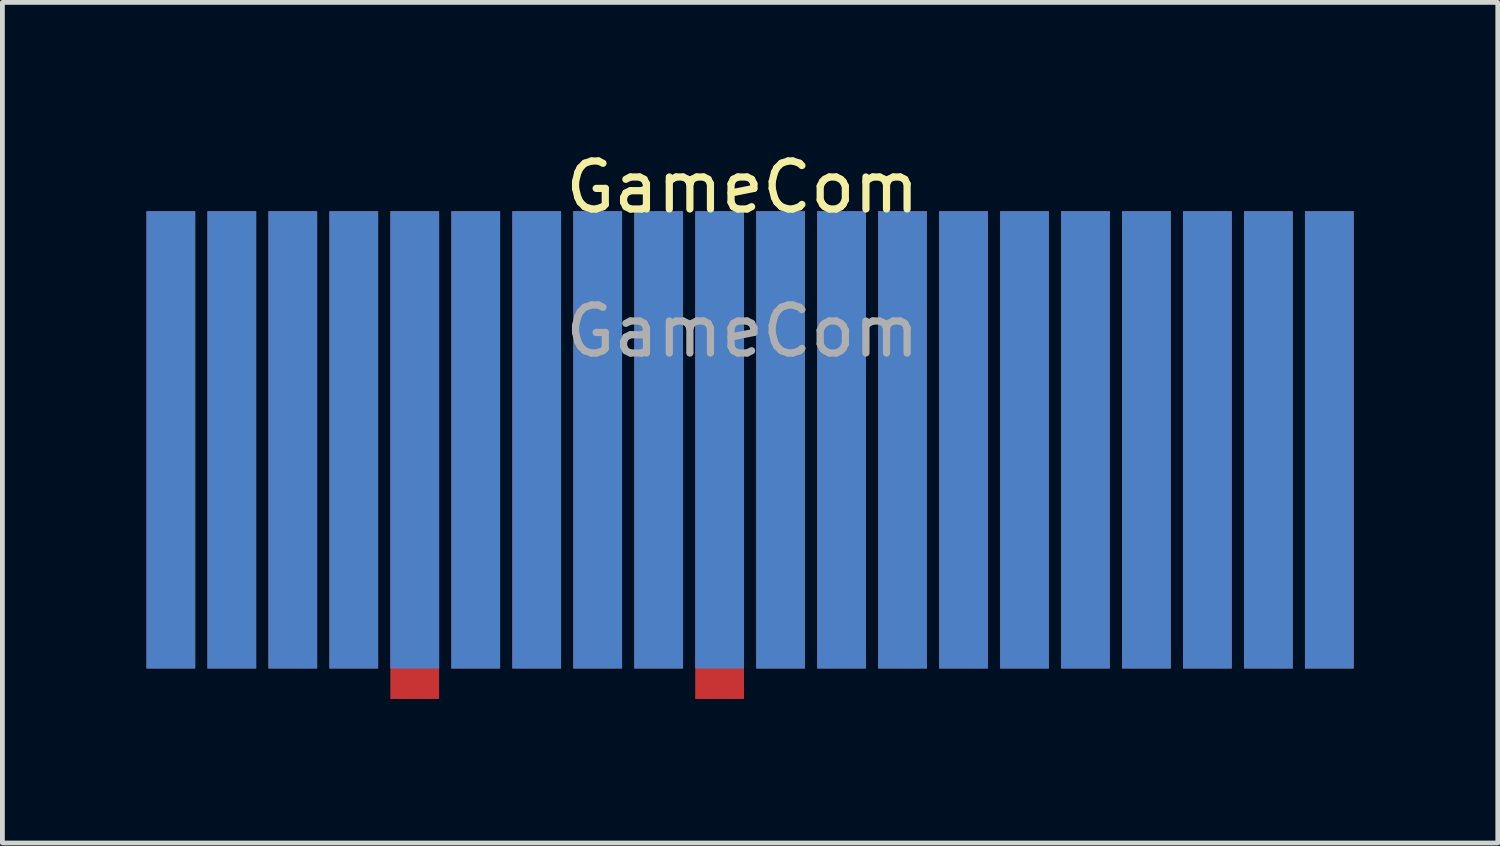
<source format=kicad_pcb>
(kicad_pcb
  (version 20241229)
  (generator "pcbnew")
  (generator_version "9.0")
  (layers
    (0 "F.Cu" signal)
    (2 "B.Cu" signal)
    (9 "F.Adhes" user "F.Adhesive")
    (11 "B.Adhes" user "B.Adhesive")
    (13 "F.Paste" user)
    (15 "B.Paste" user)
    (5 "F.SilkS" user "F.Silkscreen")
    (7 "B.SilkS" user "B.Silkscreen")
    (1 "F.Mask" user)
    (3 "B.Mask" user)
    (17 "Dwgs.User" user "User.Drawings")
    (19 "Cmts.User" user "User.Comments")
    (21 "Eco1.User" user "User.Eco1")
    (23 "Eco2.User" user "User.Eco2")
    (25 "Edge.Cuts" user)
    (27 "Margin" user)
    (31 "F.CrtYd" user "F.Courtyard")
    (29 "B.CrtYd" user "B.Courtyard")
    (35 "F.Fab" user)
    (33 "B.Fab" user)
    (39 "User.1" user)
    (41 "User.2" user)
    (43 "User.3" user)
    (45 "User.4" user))
  (footprint "GameCom"
    (layer "F.Cu")
    (at 12.573 1.348)
    (property "Reference" "GameCom" (at -0.159 -0.5 0) (unlocked yes) (layer "F.SilkS") (effects (font (size 1 1) (thickness 0.15))))
    (attr through_hole)
    (fp_text user "${REFERENCE}" (at -0.159 2.5 0) (unlocked yes) (layer "F.Fab") (effects (font (size 1 1) (thickness 0.15))))
    (pad "0" connect rect (at -12.065 4.763) (size 1.016 9.525) (layers "F.Cu" "F.Mask"))
    (pad "1" connect rect (at -10.795 4.763) (size 1.016 9.525) (layers "F.Cu" "F.Mask"))
    (pad "2" connect rect (at -9.525 4.763) (size 1.016 9.525) (layers "F.Cu" "F.Mask"))
    (pad "3" connect rect (at -8.255 4.763) (size 1.016 9.525) (layers "F.Cu" "F.Mask"))
    (pad "4" connect rect (at -6.985 5.08) (size 1.016 10.16) (layers "F.Cu" "F.Mask"))
    (pad "5" connect rect (at -5.715 4.763) (size 1.016 9.525) (layers "F.Cu" "F.Mask"))
    (pad "6" connect rect (at -4.445 4.763) (size 1.016 9.525) (layers "F.Cu" "F.Mask"))
    (pad "7" connect rect (at -3.175 4.763) (size 1.016 9.525) (layers "F.Cu" "F.Mask"))
    (pad "8" connect rect (at -1.905 4.763) (size 1.016 9.525) (layers "F.Cu" "F.Mask"))
    (pad "9" connect rect (at -0.635 5.08) (size 1.016 10.16) (layers "F.Cu" "F.Mask"))
    (pad "10" connect rect (at 0.635 4.763) (size 1.016 9.525) (layers "F.Cu" "F.Mask"))
    (pad "11" connect rect (at 1.905 4.763) (size 1.016 9.525) (layers "F.Cu" "F.Mask"))
    (pad "12" connect rect (at 3.175 4.763) (size 1.016 9.525) (layers "F.Cu" "F.Mask"))
    (pad "13" connect rect (at 4.445 4.763) (size 1.016 9.525) (layers "F.Cu" "F.Mask"))
    (pad "14" connect rect (at 5.715 4.763) (size 1.016 9.525) (layers "F.Cu" "F.Mask"))
    (pad "15" connect rect (at 6.985 4.763) (size 1.016 9.525) (layers "F.Cu" "F.Mask"))
    (pad "16" connect rect (at 8.255 4.763) (size 1.016 9.525) (layers "F.Cu" "F.Mask"))
    (pad "17" connect rect (at 9.525 4.763) (size 1.016 9.525) (layers "F.Cu" "F.Mask"))
    (pad "18" connect rect (at 10.795 4.763) (size 1.016 9.525) (layers "F.Cu" "F.Mask"))
    (pad "19" connect rect (at 12.065 4.763) (size 1.016 9.525) (layers "F.Cu" "F.Mask"))
    (pad "20" connect rect (at 12.065 4.763) (size 1.016 9.525) (layers "B.Cu" "B.Mask"))
    (pad "21" connect rect (at 10.795 4.763) (size 1.016 9.525) (layers "B.Cu" "B.Mask"))
    (pad "22" connect rect (at 9.525 4.763) (size 1.016 9.525) (layers "B.Cu" "B.Mask"))
    (pad "23" connect rect (at 8.255 4.763) (size 1.016 9.525) (layers "B.Cu" "B.Mask"))
    (pad "24" connect rect (at 6.985 4.763) (size 1.016 9.525) (layers "B.Cu" "B.Mask"))
    (pad "25" connect rect (at 5.715 4.763) (size 1.016 9.525) (layers "B.Cu" "B.Mask"))
    (pad "26" connect rect (at 4.445 4.763) (size 1.016 9.525) (layers "B.Cu" "B.Mask"))
    (pad "27" connect rect (at 3.175 4.763) (size 1.016 9.525) (layers "B.Cu" "B.Mask"))
    (pad "28" connect rect (at 1.905 4.763) (size 1.016 9.525) (layers "B.Cu" "B.Mask"))
    (pad "29" connect rect (at 0.635 4.763) (size 1.016 9.525) (layers "B.Cu" "B.Mask"))
    (pad "30" connect rect (at -0.635 4.763) (size 1.016 9.525) (layers "B.Cu" "B.Mask"))
    (pad "31" connect rect (at -1.905 4.763) (size 1.016 9.525) (layers "B.Cu" "B.Mask"))
    (pad "32" connect rect (at -3.175 4.763) (size 1.016 9.525) (layers "B.Cu" "B.Mask"))
    (pad "33" connect rect (at -4.445 4.763) (size 1.016 9.525) (layers "B.Cu" "B.Mask"))
    (pad "34" connect rect (at -5.715 4.763) (size 1.016 9.525) (layers "B.Cu" "B.Mask"))
    (pad "35" connect rect (at -6.985 4.763) (size 1.016 9.525) (layers "B.Cu" "B.Mask"))
    (pad "36" connect rect (at -8.255 4.763) (size 1.016 9.525) (layers "B.Cu" "B.Mask"))
    (pad "37" connect rect (at -9.525 4.763) (size 1.016 9.525) (layers "B.Cu" "B.Mask"))
    (pad "38" connect rect (at -10.795 4.763) (size 1.016 9.525) (layers "B.Cu" "B.Mask"))
    (pad "39" connect rect (at -12.065 4.763) (size 1.016 9.525) (layers "B.Cu" "B.Mask")))
  (gr_rect
    (start -3 -3)
    (end 28.146 14.508)
    (stroke (width 0.1) (type default))
    (fill no)
    (layer "Edge.Cuts")))
</source>
